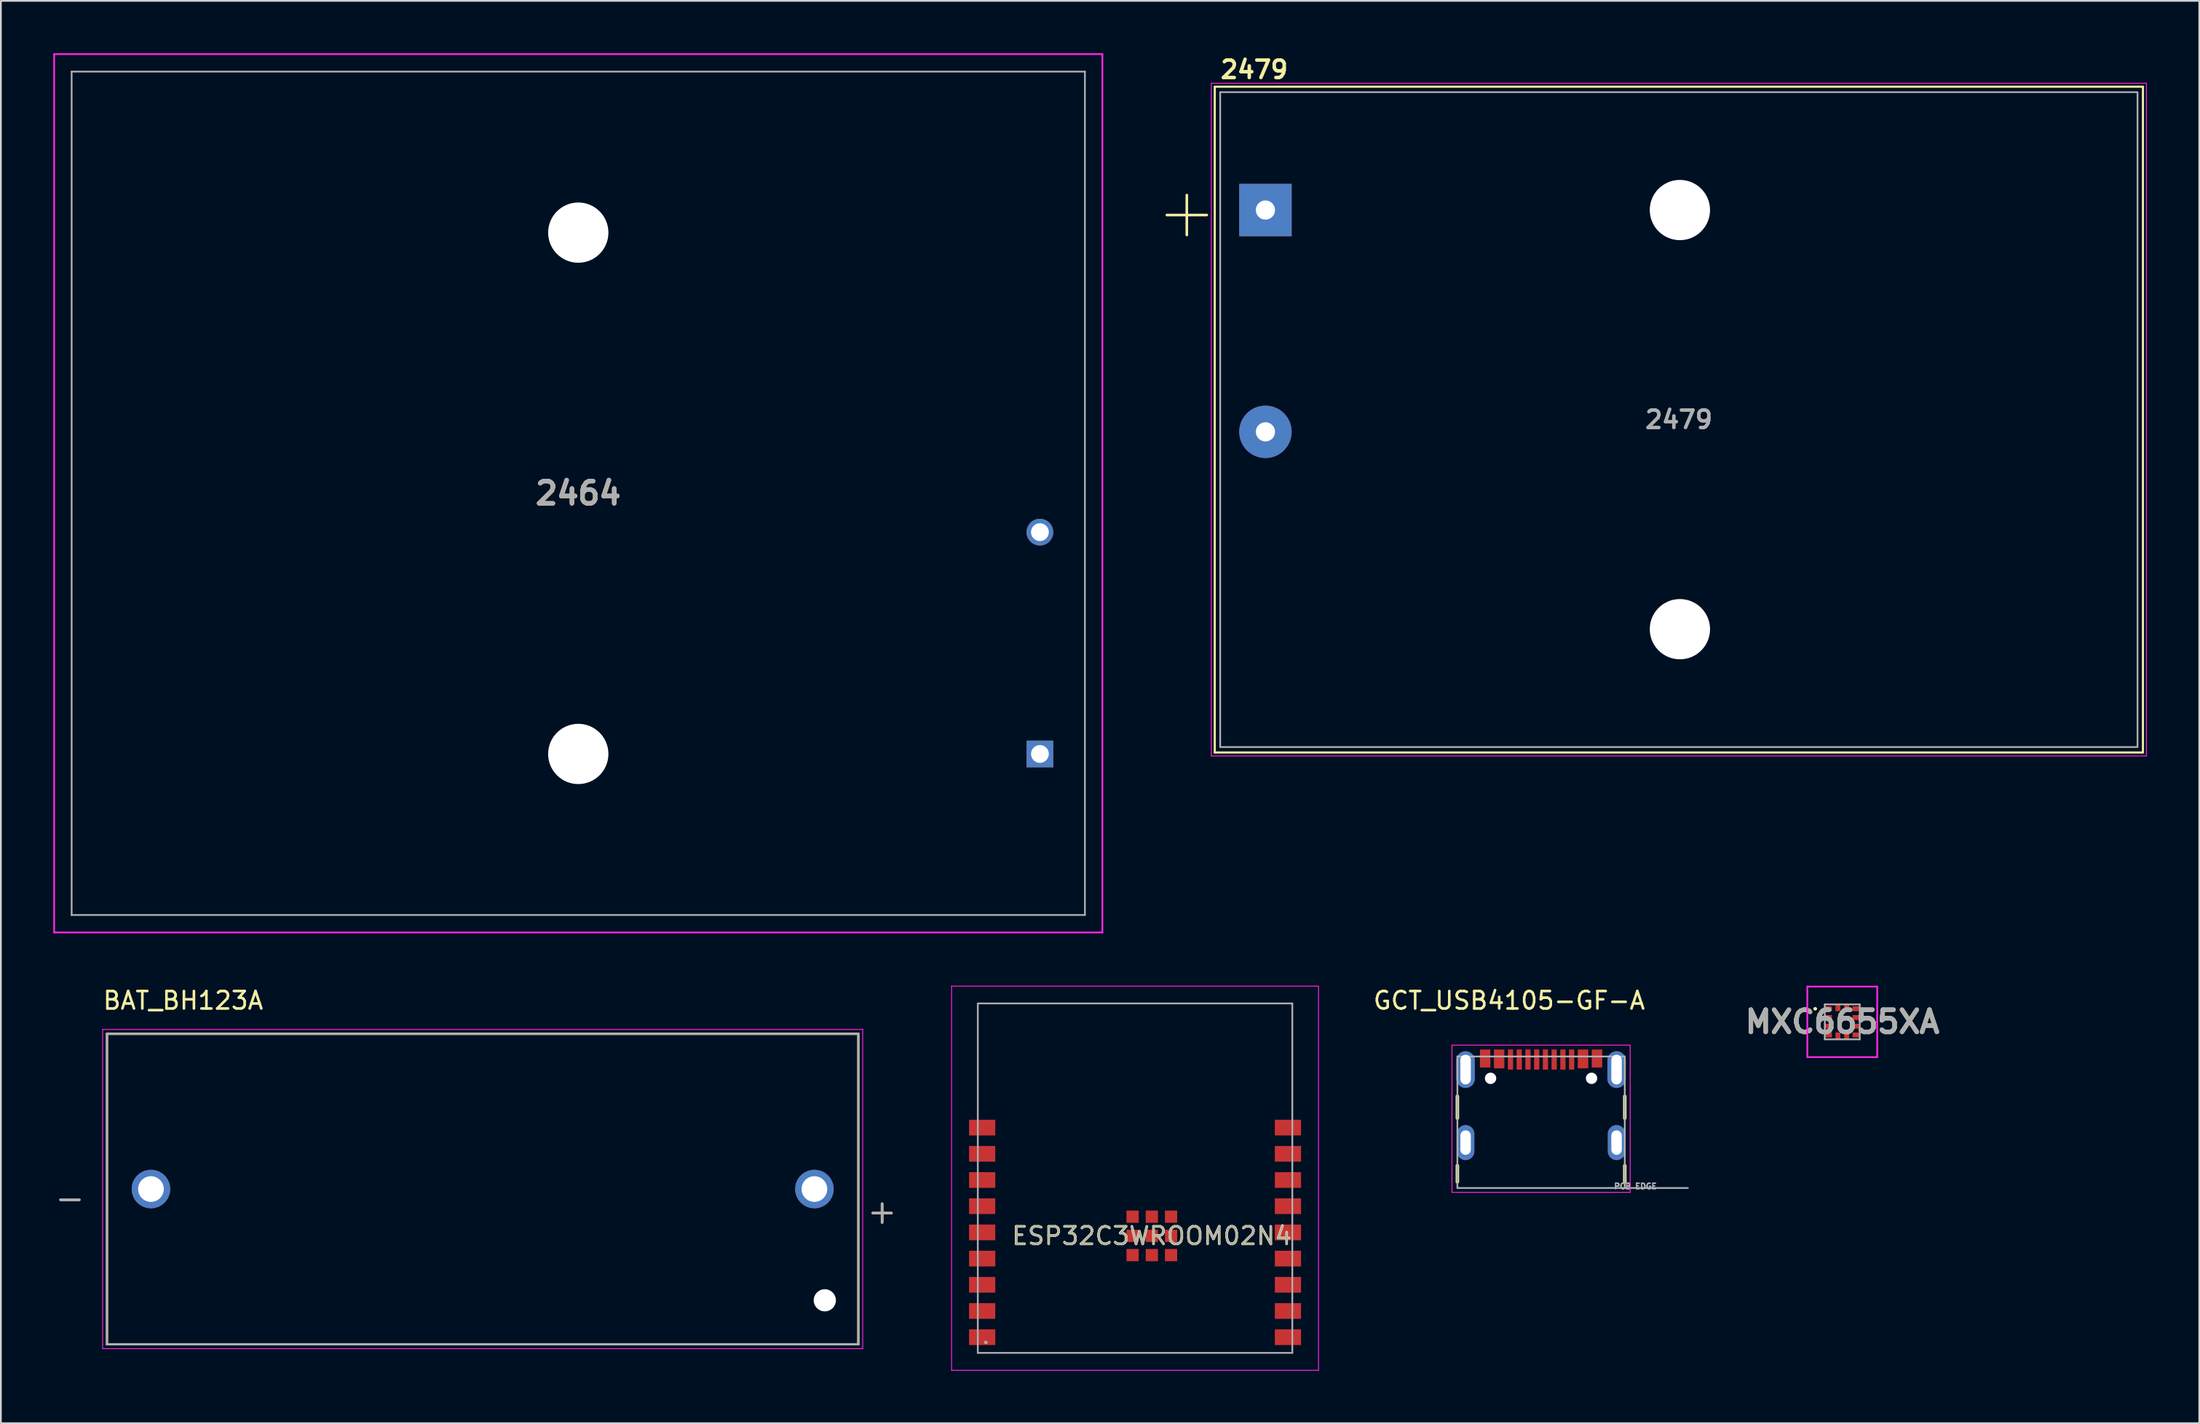
<source format=kicad_pcb>
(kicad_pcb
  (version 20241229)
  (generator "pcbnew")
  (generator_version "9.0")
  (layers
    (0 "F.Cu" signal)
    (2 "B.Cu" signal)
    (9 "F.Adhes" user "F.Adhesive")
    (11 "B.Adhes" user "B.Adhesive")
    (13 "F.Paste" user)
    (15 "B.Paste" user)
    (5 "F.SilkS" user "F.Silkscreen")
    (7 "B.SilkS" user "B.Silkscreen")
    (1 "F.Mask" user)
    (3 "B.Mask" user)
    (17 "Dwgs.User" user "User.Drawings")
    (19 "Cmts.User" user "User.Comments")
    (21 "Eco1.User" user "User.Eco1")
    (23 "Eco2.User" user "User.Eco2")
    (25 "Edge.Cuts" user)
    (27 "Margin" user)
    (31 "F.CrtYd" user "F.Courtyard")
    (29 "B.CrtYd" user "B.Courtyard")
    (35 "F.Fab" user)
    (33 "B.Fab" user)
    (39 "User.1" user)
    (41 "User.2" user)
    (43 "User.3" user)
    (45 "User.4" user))
  (footprint "MXC6655XA"
    (layer "F.Cu")
    (at 102.385 55.46)
    (property "Reference" "MXC6655XA" (at 0 0 0) (layer "F.SilkS") (effects (font (size 1.27 1.27) (thickness 0.254))))
    (attr smd)
    (fp_line (start -1.6 -0.75) (end -1.6 -0.75) (stroke (width 0.1) (type solid)) (layer "F.SilkS"))
    (fp_line (start -1.5 -0.75) (end -1.5 -0.75) (stroke (width 0.1) (type solid)) (layer "F.SilkS"))
    (fp_arc (start -1.6 -0.75) (mid -1.55 -0.8) (end -1.5 -0.75) (stroke (width 0.1) (type solid)) (layer "F.SilkS"))
    (fp_arc (start -1.5 -0.75) (mid -1.55 -0.7) (end -1.6 -0.75) (stroke (width 0.1) (type solid)) (layer "F.SilkS"))
    (fp_line (start -2 -2.02) (end 2 -2.02) (stroke (width 0.1) (type solid)) (layer "F.CrtYd"))
    (fp_line (start -2 2.02) (end -2 -2.02) (stroke (width 0.1) (type solid)) (layer "F.CrtYd"))
    (fp_line (start 2 -2.02) (end 2 2.02) (stroke (width 0.1) (type solid)) (layer "F.CrtYd"))
    (fp_line (start 2 2.02) (end -2 2.02) (stroke (width 0.1) (type solid)) (layer "F.CrtYd"))
    (fp_line (start -1 -1) (end 1 -1) (stroke (width 0.1) (type solid)) (layer "F.Fab"))
    (fp_line (start -1 1) (end -1 -1) (stroke (width 0.1) (type solid)) (layer "F.Fab"))
    (fp_line (start 1 -1) (end 1 1) (stroke (width 0.1) (type solid)) (layer "F.Fab"))
    (fp_line (start 1 1) (end -1 1) (stroke (width 0.1) (type solid)) (layer "F.Fab"))
    (fp_text user "${REFERENCE}" (at 0 0 0) (layer "F.Fab") (effects (font (size 1.27 1.27) (thickness 0.254))))
    (pad "1" smd rect (at -0.795 -0.75 90) (size 0.28 0.41) (layers "F.Cu" "F.Mask" "F.Paste"))
    (pad "2" smd rect (at -0.795 -0.25 90) (size 0.28 0.41) (layers "F.Cu" "F.Mask" "F.Paste"))
    (pad "3" smd rect (at -0.795 0.25 90) (size 0.28 0.41) (layers "F.Cu" "F.Mask" "F.Paste"))
    (pad "4" smd rect (at -0.795 0.75 90) (size 0.28 0.41) (layers "F.Cu" "F.Mask" "F.Paste"))
    (pad "5" smd rect (at -0.25 0.815) (size 0.28 0.41) (layers "F.Cu" "F.Mask" "F.Paste"))
    (pad "6" smd rect (at 0.25 0.815) (size 0.28 0.41) (layers "F.Cu" "F.Mask" "F.Paste"))
    (pad "7" smd rect (at 0.795 0.75 90) (size 0.28 0.41) (layers "F.Cu" "F.Mask" "F.Paste"))
    (pad "8" smd rect (at 0.795 0.25 90) (size 0.28 0.41) (layers "F.Cu" "F.Mask" "F.Paste"))
    (pad "9" smd rect (at 0.795 -0.25 90) (size 0.28 0.41) (layers "F.Cu" "F.Mask" "F.Paste"))
    (pad "10" smd rect (at 0.795 -0.75 90) (size 0.28 0.41) (layers "F.Cu" "F.Mask" "F.Paste"))
    (pad "11" smd rect (at 0.25 -0.815) (size 0.28 0.41) (layers "F.Cu" "F.Mask" "F.Paste"))
    (pad "12" smd rect (at -0.25 -0.815) (size 0.28 0.41) (layers "F.Cu" "F.Mask" "F.Paste")))
  (footprint "2479"
    (layer "F.Cu")
    (at 69.372 8.976)
    (property "Reference" "2479" (at -0.64 -8.04 0) (layer "F.SilkS") (effects (font (size 1 1) (thickness 0.2) (bold yes))))
    (attr through_hole)
    (fp_line (start -2.9 -7.06) (end -2.9 31.06) (stroke (width 0.12) (type solid)) (layer "F.SilkS"))
    (fp_line (start -2.9 -7.06) (end 50.22 -7.06) (stroke (width 0.12) (type solid)) (layer "F.SilkS"))
    (fp_line (start -2.9 31.06) (end 50.22 31.06) (stroke (width 0.12) (type solid)) (layer "F.SilkS"))
    (fp_line (start 50.22 -7.06) (end 50.22 31.06) (stroke (width 0.12) (type solid)) (layer "F.SilkS"))
    (fp_line (start -3.1 -7.26) (end -3.1 31.26) (stroke (width 0.05) (type solid)) (layer "F.CrtYd"))
    (fp_line (start -3.1 31.26) (end 50.42 31.26) (stroke (width 0.05) (type solid)) (layer "F.CrtYd"))
    (fp_line (start 50.42 -7.26) (end -3.1 -7.26) (stroke (width 0.05) (type solid)) (layer "F.CrtYd"))
    (fp_line (start 50.42 31.26) (end 50.42 -7.26) (stroke (width 0.05) (type solid)) (layer "F.CrtYd"))
    (fp_rect (start -2.59 -6.75) (end 49.91 30.75) (stroke (width 0.1) (type solid)) (fill no) (layer "F.Fab"))
    (fp_text user "+" (at -4.5 0.05 0) (layer "F.SilkS") (effects (font (size 3 3) (thickness 0.15))))
    (fp_text user "${REFERENCE}" (at 23.66 12 0) (layer "F.Fab") (effects (font (size 1 1) (thickness 0.2) (bold yes))))
    (pad "" np_thru_hole circle (at 23.72 0) (size 3.45 3.45) (drill 3.45) (layers "*.Cu" "*.Mask"))
    (pad "" np_thru_hole circle (at 23.72 24) (size 3.45 3.45) (drill 3.45) (layers "*.Cu" "*.Mask"))
    (pad "1" thru_hole rect (at 0 0) (size 3 3) (drill 1.1) (layers "*.Cu" "*.Mask"))
    (pad "2" thru_hole circle (at 0 12.7) (size 3 3) (drill 1.1) (layers "*.Cu" "*.Mask")))
  (footprint "2464"
    (layer "F.Cu")
    (at 56.465 40.12)
    (property "Reference" "2464" (at -26.42 -14.925 0) (layer "F.SilkS") (effects (font (size 1.27 1.27) (thickness 0.254))))
    (attr through_hole)
    (fp_line (start -56.415 -40.07) (end 3.575 -40.07) (stroke (width 0.1) (type solid)) (layer "F.CrtYd"))
    (fp_line (start -56.415 10.22) (end -56.415 -40.07) (stroke (width 0.1) (type solid)) (layer "F.CrtYd"))
    (fp_line (start 3.575 -40.07) (end 3.575 10.22) (stroke (width 0.1) (type solid)) (layer "F.CrtYd"))
    (fp_line (start 3.575 10.22) (end -56.415 10.22) (stroke (width 0.1) (type solid)) (layer "F.CrtYd"))
    (fp_line (start -55.415 -39.07) (end 2.575 -39.07) (stroke (width 0.1) (type solid)) (layer "F.Fab"))
    (fp_line (start -55.415 9.22) (end -55.415 -39.07) (stroke (width 0.1) (type solid)) (layer "F.Fab"))
    (fp_line (start 2.575 -39.07) (end 2.575 9.22) (stroke (width 0.1) (type solid)) (layer "F.Fab"))
    (fp_line (start 2.575 9.22) (end -55.415 9.22) (stroke (width 0.1) (type solid)) (layer "F.Fab"))
    (fp_text user "${REFERENCE}" (at -26.42 -14.925 0) (layer "F.Fab") (effects (font (size 1.27 1.27) (thickness 0.254))))
    (pad "" np_thru_hole circle (at -26.42 -29.85) (size 3.45 3.45) (drill 3.45) (layers "*.Cu" "*.Mask"))
    (pad "" np_thru_hole circle (at -26.42 0) (size 3.45 3.45) (drill 3.45) (layers "*.Cu" "*.Mask"))
    (pad "1" thru_hole rect (at 0 0) (size 1.53 1.53) (drill 1.02) (layers "*.Cu" "*.Mask"))
    (pad "2" thru_hole circle (at 0 -12.7) (size 1.53 1.53) (drill 1.02) (layers "*.Cu" "*.Mask")))
  (footprint "ESP32C3WROOM02N4"
    (layer "F.Cu")
    (at 62.87 67.715)
    (property "Reference" "ESP32C3WROOM02N4" (at 0 0 0) (layer "F.SilkS") (effects (font (size 1 1) (thickness 0.153))))
    (attr smd)
    (fp_line (start -11.46 -14.3) (end 9.54 -14.3) (stroke (width 0.05) (type solid)) (layer "F.CrtYd"))
    (fp_line (start -11.46 7.7) (end -11.46 -14.3) (stroke (width 0.05) (type solid)) (layer "F.CrtYd"))
    (fp_line (start 9.54 -14.3) (end 9.54 7.7) (stroke (width 0.05) (type solid)) (layer "F.CrtYd"))
    (fp_line (start 9.54 7.7) (end -11.46 7.7) (stroke (width 0.05) (type solid)) (layer "F.CrtYd"))
    (fp_line (start -9.96 -13.3) (end -9.96 6.7) (stroke (width 0.1) (type solid)) (layer "F.Fab"))
    (fp_line (start -9.96 6.7) (end 8.04 6.7) (stroke (width 0.1) (type solid)) (layer "F.Fab"))
    (fp_line (start -9.957 -13.31) (end 8.043 -13.31) (stroke (width 0.1) (type solid)) (layer "F.Fab"))
    (fp_line (start 8.04 6.7) (end 8.04 -13.3) (stroke (width 0.1) (type solid)) (layer "F.Fab"))
    (fp_arc (start -9.4496 6.096) (mid -9.5496 6.096) (end -9.4496 6.096) (stroke (width 0.1) (type solid)) (layer "F.Fab"))
    (fp_text user "${REFERENCE}" (at 0 0 0) (layer "F.Fab") (effects (font (size 1 1) (thickness 0.1))))
    (pad "1" smd rect (at -9.71 -6.2 90) (size 0.9 1.5) (layers "F.Cu" "F.Mask" "F.Paste"))
    (pad "2" smd rect (at -9.71 -4.7 90) (size 0.9 1.5) (layers "F.Cu" "F.Mask" "F.Paste"))
    (pad "3" smd rect (at -9.71 -3.2 90) (size 0.9 1.5) (layers "F.Cu" "F.Mask" "F.Paste"))
    (pad "4" smd rect (at -9.71 -1.7 90) (size 0.9 1.5) (layers "F.Cu" "F.Mask" "F.Paste"))
    (pad "5" smd rect (at -9.71 -0.2 90) (size 0.9 1.5) (layers "F.Cu" "F.Mask" "F.Paste"))
    (pad "6" smd rect (at -9.71 1.3 90) (size 0.9 1.5) (layers "F.Cu" "F.Mask" "F.Paste"))
    (pad "7" smd rect (at -9.71 2.8 90) (size 0.9 1.5) (layers "F.Cu" "F.Mask" "F.Paste"))
    (pad "8" smd rect (at -9.71 4.3 90) (size 0.9 1.5) (layers "F.Cu" "F.Mask" "F.Paste"))
    (pad "9" smd rect (at -9.71 5.8 90) (size 0.9 1.5) (layers "F.Cu" "F.Mask" "F.Paste"))
    (pad "10" smd rect (at 7.79 5.8 90) (size 0.9 1.5) (layers "F.Cu" "F.Mask" "F.Paste"))
    (pad "11" smd rect (at 7.79 4.3 90) (size 0.9 1.5) (layers "F.Cu" "F.Mask" "F.Paste"))
    (pad "12" smd rect (at 7.79 2.8 90) (size 0.9 1.5) (layers "F.Cu" "F.Mask" "F.Paste"))
    (pad "13" smd rect (at 7.79 1.3 90) (size 0.9 1.5) (layers "F.Cu" "F.Mask" "F.Paste"))
    (pad "14" smd rect (at 7.79 -0.2 90) (size 0.9 1.5) (layers "F.Cu" "F.Mask" "F.Paste"))
    (pad "15" smd rect (at 7.79 -1.7 90) (size 0.9 1.5) (layers "F.Cu" "F.Mask" "F.Paste"))
    (pad "16" smd rect (at 7.79 -3.2 90) (size 0.9 1.5) (layers "F.Cu" "F.Mask" "F.Paste"))
    (pad "17" smd rect (at 7.79 -4.7 90) (size 0.9 1.5) (layers "F.Cu" "F.Mask" "F.Paste"))
    (pad "18" smd rect (at 7.79 -6.2 90) (size 0.9 1.5) (layers "F.Cu" "F.Mask" "F.Paste"))
    (pad "19" smd rect (at 0 0 90) (size 0.7 0.7) (layers "F.Cu" "F.Mask" "F.Paste"))
    (pad "20" smd rect (at 1.1 0 90) (size 0.7 0.7) (layers "F.Cu" "F.Mask" "F.Paste"))
    (pad "21" smd rect (at 1.1 -1.1 90) (size 0.7 0.7) (layers "F.Cu" "F.Mask" "F.Paste"))
    (pad "22" smd rect (at 0 -1.1 90) (size 0.7 0.7) (layers "F.Cu" "F.Mask" "F.Paste"))
    (pad "23" smd rect (at -1.1 -1.1 90) (size 0.7 0.7) (layers "F.Cu" "F.Mask" "F.Paste"))
    (pad "24" smd rect (at -1.1 0 90) (size 0.7 0.7) (layers "F.Cu" "F.Mask" "F.Paste"))
    (pad "25" smd rect (at -1.1 1.1 90) (size 0.7 0.7) (layers "F.Cu" "F.Mask" "F.Paste"))
    (pad "26" smd rect (at 0 1.1 90) (size 0.7 0.7) (layers "F.Cu" "F.Mask" "F.Paste"))
    (pad "27" smd rect (at 1.1 1.1 90) (size 0.7 0.7) (layers "F.Cu" "F.Mask" "F.Paste")))
  (footprint "BAT_BH123A"
    (layer "F.Cu")
    (at 24.574 65.033)
    (property "Reference" "BAT_BH123A" (at -17.145 -10.795 0) (layer "F.SilkS") (effects (font (size 1 1) (thickness 0.15))))
    (attr through_hole)
    (fp_line (start -21.5 -8.89) (end 21.5 -8.89) (stroke (width 0.127) (type solid)) (layer "F.SilkS"))
    (fp_line (start -21.5 8.89) (end -21.5 -8.89) (stroke (width 0.127) (type solid)) (layer "F.SilkS"))
    (fp_line (start 21.5 -8.89) (end 21.5 8.89) (stroke (width 0.127) (type solid)) (layer "F.SilkS"))
    (fp_line (start 21.5 8.89) (end -21.5 8.89) (stroke (width 0.127) (type solid)) (layer "F.SilkS"))
    (fp_line (start -21.75 -9.14) (end 21.75 -9.14) (stroke (width 0.05) (type solid)) (layer "F.CrtYd"))
    (fp_line (start -21.75 9.14) (end -21.75 -9.14) (stroke (width 0.05) (type solid)) (layer "F.CrtYd"))
    (fp_line (start 21.75 -9.14) (end 21.75 9.14) (stroke (width 0.05) (type solid)) (layer "F.CrtYd"))
    (fp_line (start 21.75 9.14) (end -21.75 9.14) (stroke (width 0.05) (type solid)) (layer "F.CrtYd"))
    (fp_line (start -21.5 -8.89) (end 21.5 -8.89) (stroke (width 0.127) (type solid)) (layer "F.Fab"))
    (fp_line (start -21.5 8.89) (end -21.5 -8.89) (stroke (width 0.127) (type solid)) (layer "F.Fab"))
    (fp_line (start 21.5 -8.89) (end 21.5 8.89) (stroke (width 0.127) (type solid)) (layer "F.Fab"))
    (fp_line (start 21.5 8.89) (end -21.5 8.89) (stroke (width 0.127) (type solid)) (layer "F.Fab"))
    (fp_text user "+" (at 22.86 1.27 0) (layer "F.SilkS") (effects (font (size 1.4 1.4) (thickness 0.15))))
    (fp_text user "-" (at -23.622 0.508 0) (layer "F.SilkS") (effects (font (size 1.4 1.4) (thickness 0.15))))
    (fp_text user "+" (at 22.86 1.27 0) (layer "F.Fab") (effects (font (size 1.4 1.4) (thickness 0.15))))
    (fp_text user "-" (at -23.622 0.508 0) (layer "F.Fab") (effects (font (size 1.4 1.4) (thickness 0.15))))
    (pad "" np_thru_hole circle (at 19.58 6.37) (size 1.27 1.27) (drill 1.27) (layers "*.Cu" "*.Mask"))
    (pad "N" thru_hole circle (at -18.985 0) (size 2.205 2.205) (drill 1.47) (layers "*.Cu" "*.Mask"))
    (pad "P" thru_hole circle (at 18.985 0) (size 2.205 2.205) (drill 1.47) (layers "*.Cu" "*.Mask")))
  (footprint "GCT_USB4105-GF-A"
    (layer "F.Cu")
    (at 85.147 62.373)
    (property "Reference" "GCT_USB4105-GF-A" (at -1.825 -8.135 0) (layer "F.SilkS") (effects (font (size 1 1) (thickness 0.15))))
    (attr smd)
    (fp_line (start -4.79 -2.65) (end -4.79 -1.4) (stroke (width 0.2) (type solid)) (layer "F.SilkS"))
    (fp_line (start -4.79 1.32) (end -4.79 2.25) (stroke (width 0.2) (type solid)) (layer "F.SilkS"))
    (fp_line (start 4.79 -2.65) (end 4.79 -1.4) (stroke (width 0.2) (type solid)) (layer "F.SilkS"))
    (fp_line (start 4.79 2.25) (end 4.79 1.32) (stroke (width 0.2) (type solid)) (layer "F.SilkS"))
    (fp_line (start -5.1 -5.58) (end -5.1 2.85) (stroke (width 0.05) (type solid)) (layer "F.CrtYd"))
    (fp_line (start -5.1 2.85) (end 5.1 2.85) (stroke (width 0.05) (type solid)) (layer "F.CrtYd"))
    (fp_line (start 5.1 -5.58) (end -5.1 -5.58) (stroke (width 0.05) (type solid)) (layer "F.CrtYd"))
    (fp_line (start 5.1 2.85) (end 5.1 -5.58) (stroke (width 0.05) (type solid)) (layer "F.CrtYd"))
    (fp_line (start -4.79 -4.93) (end 4.79 -4.93) (stroke (width 0.1) (type solid)) (layer "F.Fab"))
    (fp_line (start -4.79 2.6) (end -4.79 -4.93) (stroke (width 0.1) (type solid)) (layer "F.Fab"))
    (fp_line (start 4.79 -4.93) (end 4.79 2.6) (stroke (width 0.1) (type solid)) (layer "F.Fab"))
    (fp_line (start 4.79 2.6) (end -4.79 2.6) (stroke (width 0.1) (type solid)) (layer "F.Fab"))
    (fp_line (start 4.8 2.6) (end 8.4 2.6) (stroke (width 0.1) (type solid)) (layer "F.Fab"))
    (fp_text user "PCB EDGE" (at 5.4 2.5 0) (layer "F.Fab") (effects (font (size 0.32 0.32) (thickness 0.08))))
    (pad "" np_thru_hole circle (at -2.89 -3.68) (size 0.65 0.65) (drill 0.65) (layers "*.Cu" "*.Mask"))
    (pad "" np_thru_hole circle (at 2.89 -3.68) (size 0.65 0.65) (drill 0.65) (layers "*.Cu" "*.Mask"))
    (pad "A1_B12" smd rect (at -3.2 -4.815) (size 0.6 1.03) (layers "F.Cu" "F.Mask" "F.Paste"))
    (pad "A4_B9" smd rect (at -2.4 -4.79) (size 0.6 1.08) (layers "F.Cu" "F.Mask" "F.Paste"))
    (pad "A5" smd rect (at -1.25 -4.755) (size 0.3 1.15) (layers "F.Cu" "F.Mask" "F.Paste"))
    (pad "A6" smd rect (at -0.25 -4.755) (size 0.3 1.15) (layers "F.Cu" "F.Mask" "F.Paste"))
    (pad "A7" smd rect (at 0.25 -4.755) (size 0.3 1.15) (layers "F.Cu" "F.Mask" "F.Paste"))
    (pad "A8" smd rect (at 1.25 -4.755) (size 0.3 1.15) (layers "F.Cu" "F.Mask" "F.Paste"))
    (pad "B1_A12" smd rect (at 3.2 -4.815) (size 0.6 1.03) (layers "F.Cu" "F.Mask" "F.Paste"))
    (pad "B4_A9" smd rect (at 2.4 -4.79) (size 0.6 1.08) (layers "F.Cu" "F.Mask" "F.Paste"))
    (pad "B5" smd rect (at 1.75 -4.755) (size 0.3 1.15) (layers "F.Cu" "F.Mask" "F.Paste"))
    (pad "B6" smd rect (at 0.75 -4.755) (size 0.3 1.15) (layers "F.Cu" "F.Mask" "F.Paste"))
    (pad "B7" smd rect (at -0.75 -4.755) (size 0.3 1.15) (layers "F.Cu" "F.Mask" "F.Paste"))
    (pad "B8" smd rect (at -1.75 -4.755) (size 0.3 1.15) (layers "F.Cu" "F.Mask" "F.Paste"))
    (pad "S1" thru_hole oval (at -4.32 -4.18) (size 1.05 2.1) (drill oval 0.6 1.7) (layers "*.Cu" "*.Mask"))
    (pad "S2" thru_hole oval (at -4.32 0) (size 1 2) (drill oval 0.6 1.4) (layers "*.Cu" "*.Mask"))
    (pad "S3" thru_hole oval (at 4.32 0) (size 1 2) (drill oval 0.6 1.4) (layers "*.Cu" "*.Mask"))
    (pad "S4" thru_hole oval (at 4.32 -4.18) (size 1.05 2.1) (drill oval 0.6 1.7) (layers "*.Cu" "*.Mask")))
  (gr_rect
    (start -3 -3)
    (end 122.817 78.44)
    (stroke (width 0.1) (type default))
    (fill no)
    (layer "Edge.Cuts")))
</source>
